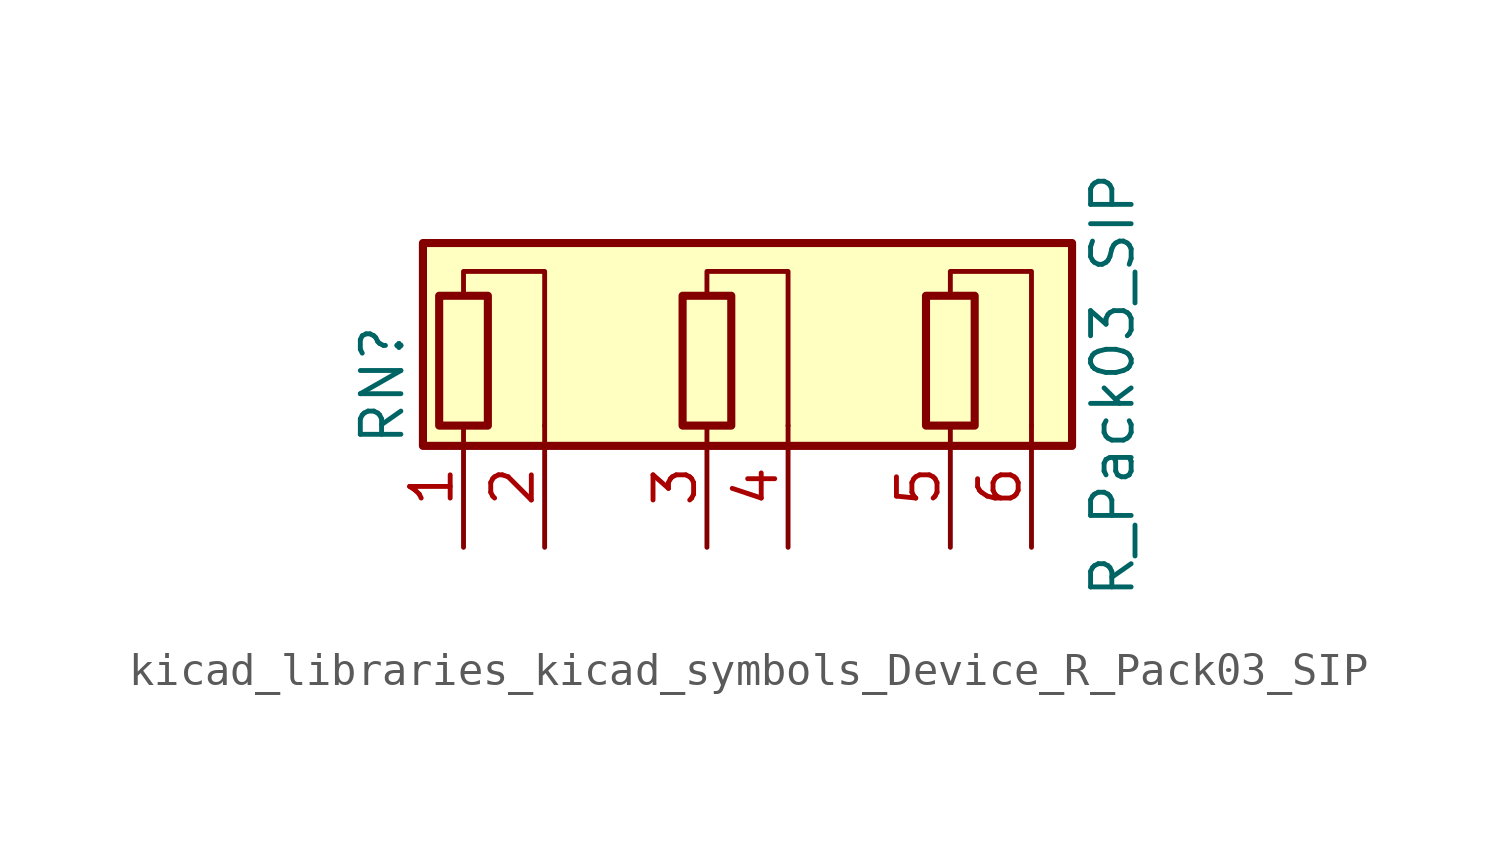
<source format=kicad_sym>
(kicad_symbol_lib
  (version 20220914)
  (generator kicad_symbol_editor)
  (symbol "kicad_libraries_kicad_symbols_Device_R_Pack03_SIP"
    (pin_names
      (offset 0) hide)
    (property "Reference" "RN"
      (at -10.16 0 90)
      (effects (font (size 1.27 1.27))))
    (property "Value" "R_Pack03_SIP"
      (at 12.7 0 90)
      (effects (font (size 1.27 1.27))))
    (symbol "kicad_libraries_kicad_symbols_Device_R_Pack03_SIP_0_1"
      (rectangle (start -8.89 -1.905) (end 11.43 4.445) (stroke (width 0.254) (type default)) (fill (type background)))
      (rectangle (start -8.382 2.794) (end -6.858 -1.27) (stroke (width 0.254) (type default)) (fill (type none)))
      (rectangle (start -0.762 2.794) (end 0.762 -1.27) (stroke (width 0.254) (type default)) (fill (type none)))
      (polyline (pts (xy -7.62 2.794) (xy -7.62 3.556) (xy -5.08 3.556) (xy -5.08 -1.27)) (stroke (width 0) (type default)) (fill (type none)))
      (polyline (pts (xy 0 2.794) (xy 0 3.556) (xy 2.54 3.556) (xy 2.54 -1.27)) (stroke (width 0) (type default)) (fill (type none)))
      (polyline (pts (xy 7.62 2.794) (xy 7.62 3.556) (xy 10.16 3.556) (xy 10.16 -1.27)) (stroke (width 0) (type default)) (fill (type none)))
      (rectangle (start 6.858 2.794) (end 8.382 -1.27) (stroke (width 0.254) (type default)) (fill (type none))))
    (symbol "kicad_libraries_kicad_symbols_Device_R_Pack03_SIP_1_1"
      (pin passive line (at -7.62 -5.08 90) (length 3.81) (name "R1.1" (effects (font (size 1.27 1.27)))) (number "1" (effects (font (size 1.27 1.27)))))
      (pin passive line (at -5.08 -5.08 90) (length 3.81) (name "R1.2" (effects (font (size 1.27 1.27)))) (number "2" (effects (font (size 1.27 1.27)))))
      (pin passive line (at 0 -5.08 90) (length 3.81) (name "R2.1" (effects (font (size 1.27 1.27)))) (number "3" (effects (font (size 1.27 1.27)))))
      (pin passive line (at 2.54 -5.08 90) (length 3.81) (name "R2.2" (effects (font (size 1.27 1.27)))) (number "4" (effects (font (size 1.27 1.27)))))
      (pin passive line (at 7.62 -5.08 90) (length 3.81) (name "R3.1" (effects (font (size 1.27 1.27)))) (number "5" (effects (font (size 1.27 1.27)))))
      (pin passive line (at 10.16 -5.08 90) (length 3.81) (name "R3.2" (effects (font (size 1.27 1.27)))) (number "6" (effects (font (size 1.27 1.27))))))))
</source>
